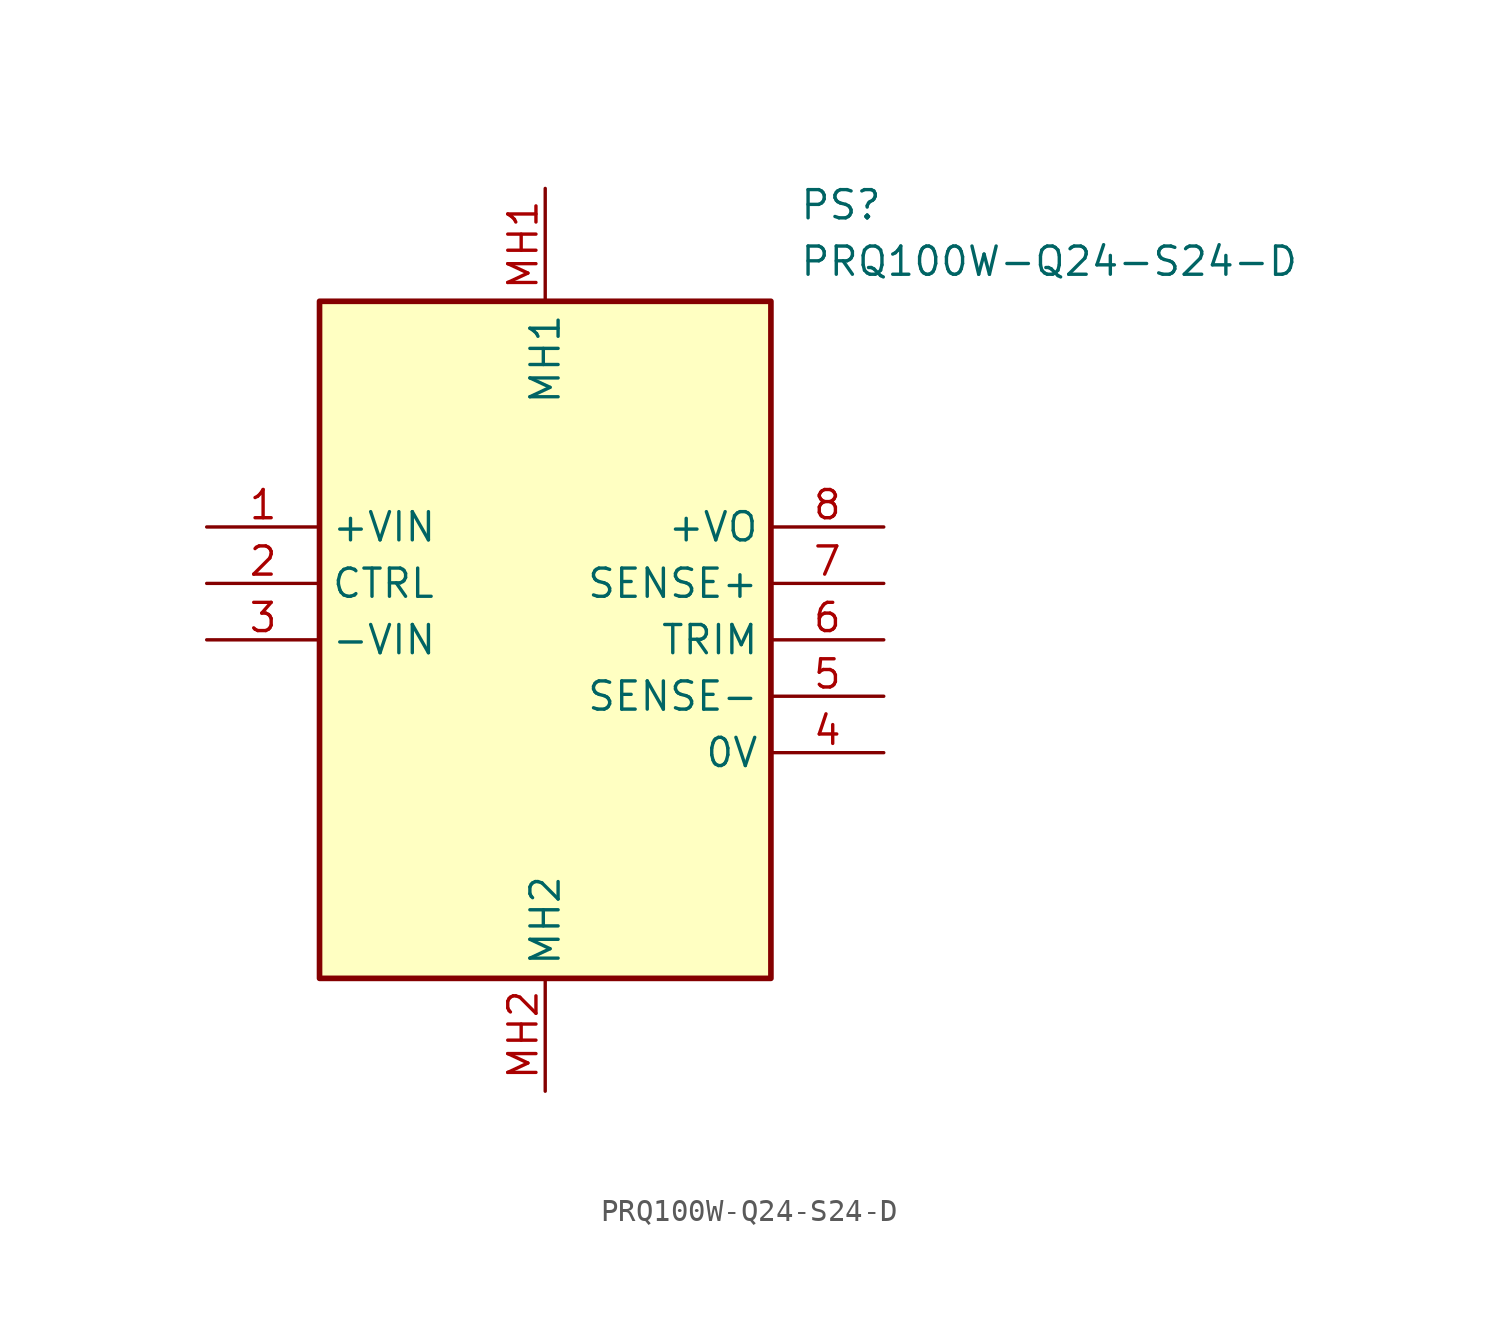
<source format=kicad_sym>
(kicad_symbol_lib
  (version 20211014)
  (generator SamacSys_ECAD_Model)
  (symbol "PRQ100W-Q24-S24-D"
    (property "Reference" "PS"
      (at 26.67 15.24 0)
      (effects (font (size 1.27 1.27)) (justify left top)))
    (property "Value" "PRQ100W-Q24-S24-D"
      (at 26.67 12.7 0)
      (effects (font (size 1.27 1.27)) (justify left top)))
    (rectangle
      (start 5.08 10.16)
      (end 25.4 -20.32)
      (stroke (width 0.254) (type default))
      (fill (type background)))
    (pin passive line
      (at 0 0 0)
      (length 5.08)
      (name "+VIN" (effects (font (size 1.27 1.27))))
      (number "1" (effects (font (size 1.27 1.27)))))
    (pin passive line
      (at 0 -2.54 0)
      (length 5.08)
      (name "CTRL" (effects (font (size 1.27 1.27))))
      (number "2" (effects (font (size 1.27 1.27)))))
    (pin passive line
      (at 0 -5.08 0)
      (length 5.08)
      (name "-VIN" (effects (font (size 1.27 1.27))))
      (number "3" (effects (font (size 1.27 1.27)))))
    (pin passive line
      (at 30.48 -10.16 180)
      (length 5.08)
      (name "0V" (effects (font (size 1.27 1.27))))
      (number "4" (effects (font (size 1.27 1.27)))))
    (pin passive line
      (at 30.48 -7.62 180)
      (length 5.08)
      (name "SENSE-" (effects (font (size 1.27 1.27))))
      (number "5" (effects (font (size 1.27 1.27)))))
    (pin passive line
      (at 30.48 -5.08 180)
      (length 5.08)
      (name "TRIM" (effects (font (size 1.27 1.27))))
      (number "6" (effects (font (size 1.27 1.27)))))
    (pin passive line
      (at 30.48 -2.54 180)
      (length 5.08)
      (name "SENSE+" (effects (font (size 1.27 1.27))))
      (number "7" (effects (font (size 1.27 1.27)))))
    (pin passive line
      (at 30.48 0 180)
      (length 5.08)
      (name "+VO" (effects (font (size 1.27 1.27))))
      (number "8" (effects (font (size 1.27 1.27)))))
    (pin passive line
      (at 15.24 15.24 270)
      (length 5.08)
      (name "MH1" (effects (font (size 1.27 1.27))))
      (number "MH1" (effects (font (size 1.27 1.27)))))
    (pin passive line
      (at 15.24 -25.4 90)
      (length 5.08)
      (name "MH2" (effects (font (size 1.27 1.27))))
      (number "MH2" (effects (font (size 1.27 1.27)))))))
</source>
